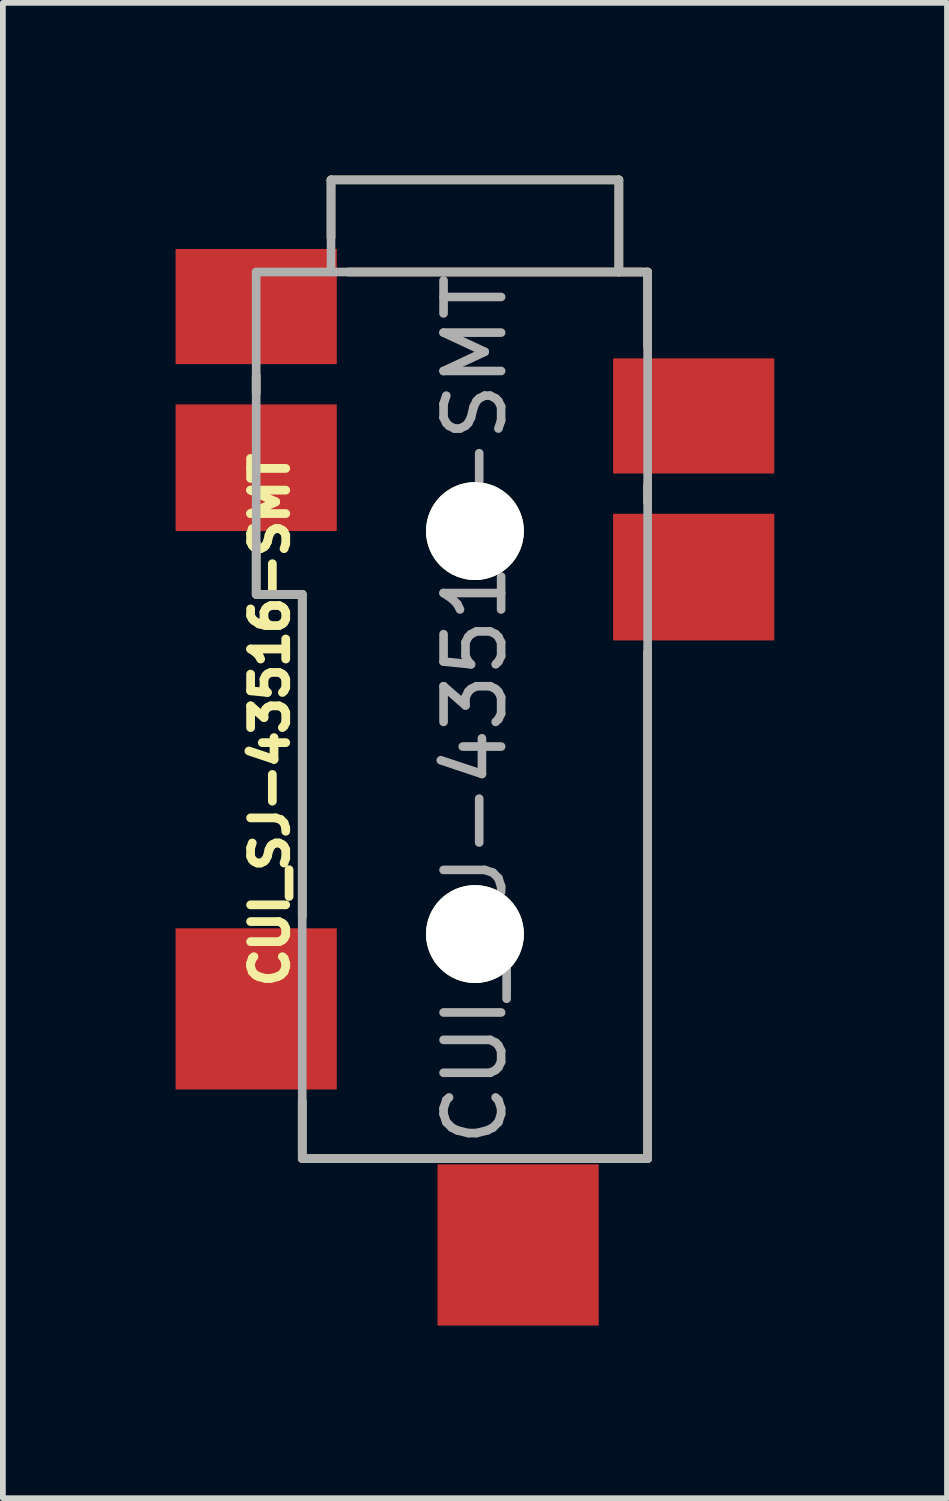
<source format=kicad_pcb>
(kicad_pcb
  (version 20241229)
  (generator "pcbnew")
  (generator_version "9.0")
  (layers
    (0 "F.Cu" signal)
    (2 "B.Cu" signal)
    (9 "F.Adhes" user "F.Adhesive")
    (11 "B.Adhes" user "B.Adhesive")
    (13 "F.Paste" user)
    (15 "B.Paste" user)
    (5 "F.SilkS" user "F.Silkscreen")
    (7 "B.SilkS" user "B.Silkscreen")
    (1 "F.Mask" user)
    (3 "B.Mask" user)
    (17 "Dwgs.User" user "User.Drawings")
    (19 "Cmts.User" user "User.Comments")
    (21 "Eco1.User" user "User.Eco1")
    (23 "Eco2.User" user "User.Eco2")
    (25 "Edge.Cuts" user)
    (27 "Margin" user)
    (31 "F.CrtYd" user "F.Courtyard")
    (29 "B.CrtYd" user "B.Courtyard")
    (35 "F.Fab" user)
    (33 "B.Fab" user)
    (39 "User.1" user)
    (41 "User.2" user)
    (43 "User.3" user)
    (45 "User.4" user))
  (footprint "CUI_SJ-43516-SMT"
    (layer "F.Cu")
    (at 5.2 9.175)
    (property "Reference" "CUI_SJ-43516-SMT" (at -3.561 0.283 270) (layer "F.SilkS") (effects (font (size 0.61 0.61) (thickness 0.152))))
    (attr smd)
    (fp_line (start -3.8 -5.4) (end -3.8 -5.7) (stroke (width 0.15) (type solid)) (layer "F.SilkS"))
    (fp_line (start -3.8 -1.9) (end -3.8 -2.8) (stroke (width 0.15) (type solid)) (layer "F.SilkS"))
    (fp_line (start -3 -1.9) (end -3.8 -1.9) (stroke (width 0.15) (type solid)) (layer "F.SilkS"))
    (fp_line (start -3 3.7) (end -3 -1.9) (stroke (width 0.15) (type solid)) (layer "F.SilkS"))
    (fp_line (start -3 7.9) (end -3 6.9) (stroke (width 0.15) (type solid)) (layer "F.SilkS"))
    (fp_line (start -3 7.9) (end 3 7.9) (stroke (width 0.15) (type solid)) (layer "F.SilkS"))
    (fp_line (start -2.5 -9.1) (end -2.5 -8.1) (stroke (width 0.15) (type solid)) (layer "F.SilkS"))
    (fp_line (start 2.5 -9.1) (end -2.5 -9.1) (stroke (width 0.15) (type solid)) (layer "F.SilkS"))
    (fp_line (start 2.5 -7.5) (end 2.5 -9.1) (stroke (width 0.15) (type solid)) (layer "F.SilkS"))
    (fp_line (start 3 -7.5) (end -2.2 -7.5) (stroke (width 0.15) (type solid)) (layer "F.SilkS"))
    (fp_line (start 3 -7.5) (end 3 -6.2) (stroke (width 0.15) (type solid)) (layer "F.SilkS"))
    (fp_line (start 3 -3.8) (end 3 -3.5) (stroke (width 0.15) (type solid)) (layer "F.SilkS"))
    (fp_line (start 3 -0.9) (end 3 7.9) (stroke (width 0.15) (type solid)) (layer "F.SilkS"))
    (fp_line (start -3.8 -7.5) (end -3.8 -1.9) (stroke (width 0.15) (type solid)) (layer "F.Fab"))
    (fp_line (start -3.8 -1.9) (end -3 -1.9) (stroke (width 0.15) (type solid)) (layer "F.Fab"))
    (fp_line (start -3 -1.9) (end -3 7.9) (stroke (width 0.15) (type solid)) (layer "F.Fab"))
    (fp_line (start -3 7.9) (end 3 7.9) (stroke (width 0.15) (type solid)) (layer "F.Fab"))
    (fp_line (start -2.5 -9.1) (end 2.5 -9.1) (stroke (width 0.15) (type solid)) (layer "F.Fab"))
    (fp_line (start -2.5 -7.5) (end -2.5 -9.1) (stroke (width 0.15) (type solid)) (layer "F.Fab"))
    (fp_line (start 2.5 -9.1) (end 2.5 -7.5) (stroke (width 0.15) (type solid)) (layer "F.Fab"))
    (fp_line (start 2.9 -7.5) (end -3.8 -7.5) (stroke (width 0.15) (type solid)) (layer "F.Fab"))
    (fp_line (start 3 7.9) (end 3 -7.5) (stroke (width 0.15) (type solid)) (layer "F.Fab"))
    (fp_text user "${REFERENCE}" (at 0 0.1 90) (layer "F.Fab") (effects (font (size 1 1) (thickness 0.15))))
    (pad "" np_thru_hole circle (at 0 -3 270) (size 1.7 1.7) (drill 1.7) (layers "*.Cu" "*.Mask" "F.SilkS"))
    (pad "" np_thru_hole circle (at 0 4 270) (size 1.7 1.7) (drill 1.7) (layers "*.Cu" "*.Mask" "F.SilkS"))
    (pad "1" smd rect (at -3.8 -6.9 270) (size 2 2.8) (layers "F.Cu" "F.Mask" "F.Paste"))
    (pad "2" smd rect (at -3.8 5.3 270) (size 2.8 2.8) (layers "F.Cu" "F.Mask" "F.Paste"))
    (pad "3" smd rect (at 3.8 -2.2 270) (size 2.2 2.8) (layers "F.Cu" "F.Mask" "F.Paste"))
    (pad "4" smd rect (at -3.8 -4.1 270) (size 2.2 2.8) (layers "F.Cu" "F.Mask" "F.Paste"))
    (pad "5" smd rect (at 0.75 9.4 270) (size 2.8 2.8) (layers "F.Cu" "F.Mask" "F.Paste"))
    (pad "6" smd rect (at 3.8 -5 270) (size 2 2.8) (layers "F.Cu" "F.Mask" "F.Paste")))
  (gr_rect
    (start -3 -3)
    (end 13.4 22.975)
    (stroke (width 0.1) (type default))
    (fill no)
    (layer "Edge.Cuts")))
</source>
